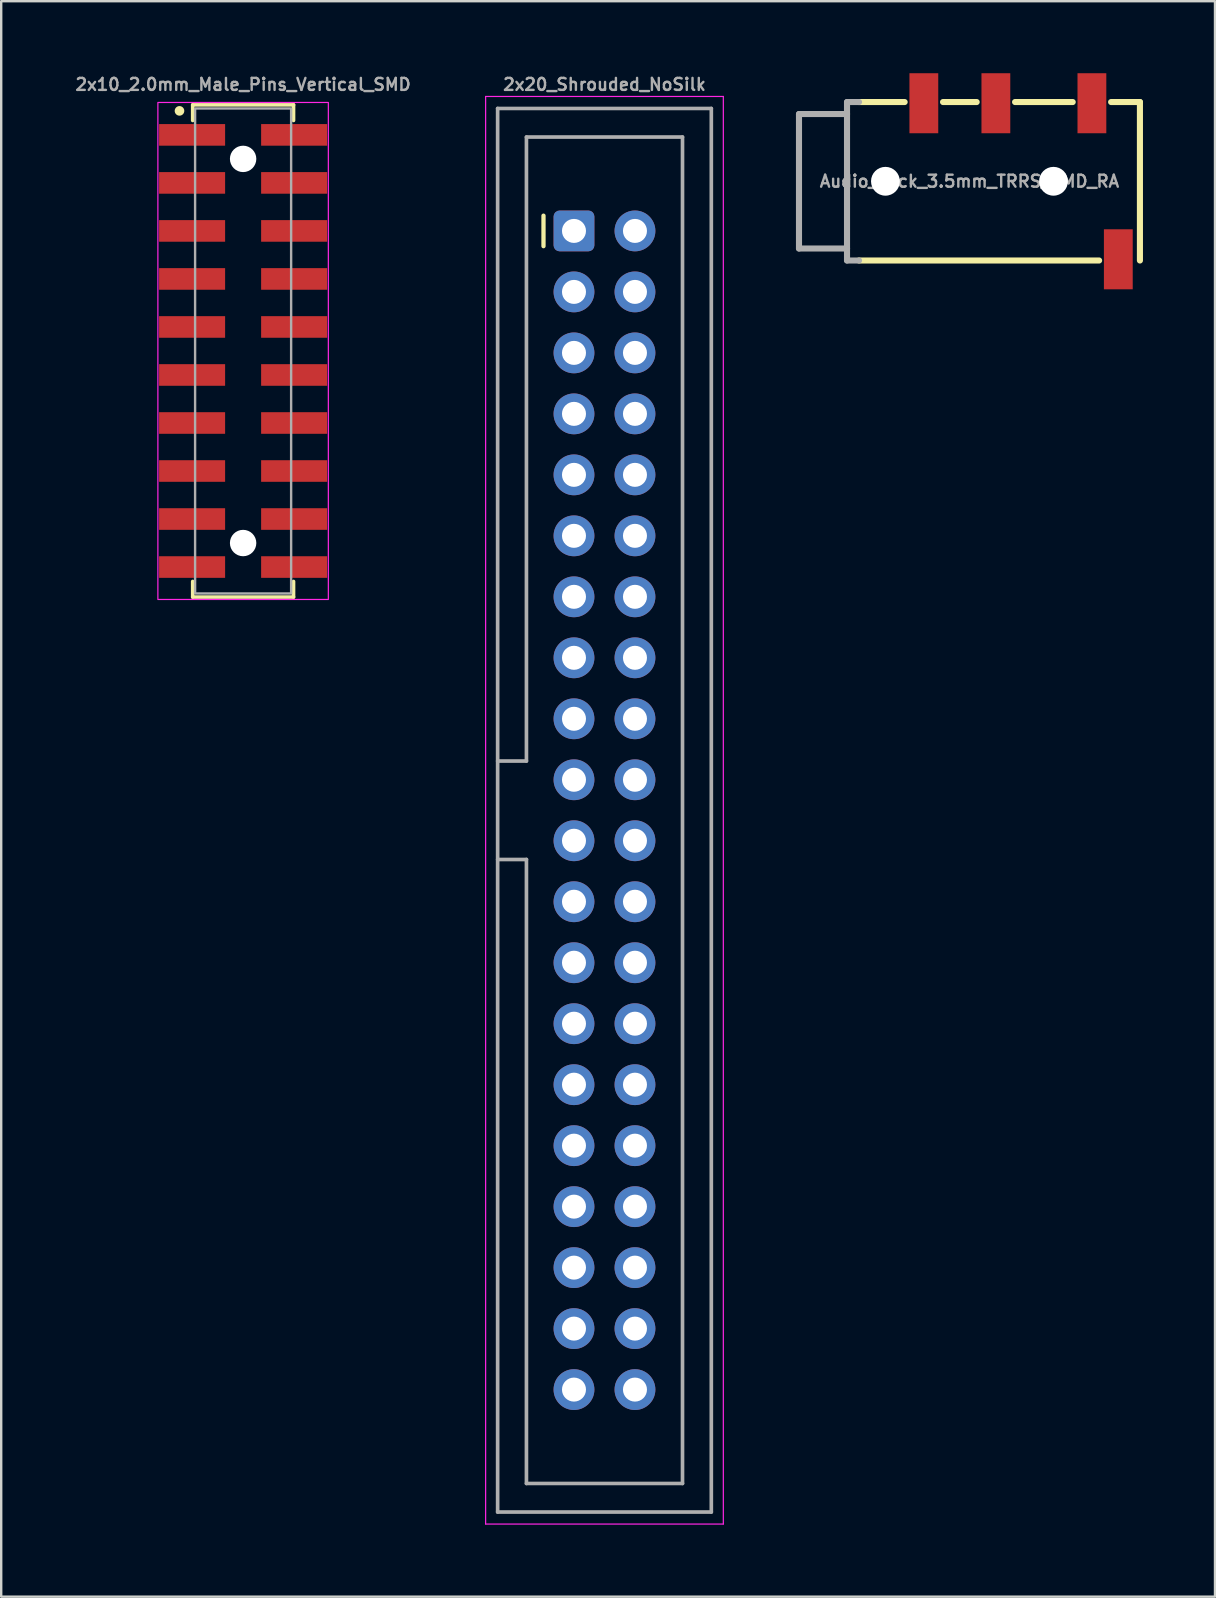
<source format=kicad_pcb>
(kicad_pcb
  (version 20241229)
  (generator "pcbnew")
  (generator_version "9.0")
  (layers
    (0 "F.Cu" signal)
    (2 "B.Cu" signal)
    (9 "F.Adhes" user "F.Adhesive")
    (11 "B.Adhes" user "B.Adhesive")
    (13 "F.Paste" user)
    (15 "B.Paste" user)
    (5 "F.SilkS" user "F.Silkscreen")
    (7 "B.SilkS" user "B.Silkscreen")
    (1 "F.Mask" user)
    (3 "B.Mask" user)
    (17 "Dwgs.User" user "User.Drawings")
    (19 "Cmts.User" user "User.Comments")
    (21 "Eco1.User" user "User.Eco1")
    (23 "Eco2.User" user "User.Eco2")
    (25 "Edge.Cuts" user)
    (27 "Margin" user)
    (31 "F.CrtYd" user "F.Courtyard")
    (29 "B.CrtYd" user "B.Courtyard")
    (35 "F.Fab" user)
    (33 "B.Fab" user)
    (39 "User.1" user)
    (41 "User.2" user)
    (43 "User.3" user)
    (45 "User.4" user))
  (footprint "2x20_Shrouded_NoSilk"
    (layer "F.Cu")
    (at 20.857 6.568)
    (property "Reference" "2x20_Shrouded_NoSilk" (at 1.27 -6.1 0) (layer "F.Fab") (effects (font (size 0.5 0.5) (thickness 0.1))))
    (attr through_hole)
    (fp_line (start -1.98 26.18) (end -1.98 26.18) (stroke (width 0.12) (type solid)) (layer "F.SilkS"))
    (fp_line (start -1.27 -0.635) (end -1.27 0.635) (stroke (width 0.178) (type solid)) (layer "F.SilkS"))
    (fp_line (start -3.68 -5.6) (end -3.68 53.86) (stroke (width 0.05) (type solid)) (layer "F.CrtYd"))
    (fp_line (start -3.68 53.86) (end 6.22 53.86) (stroke (width 0.05) (type solid)) (layer "F.CrtYd"))
    (fp_line (start 6.22 -5.6) (end -3.68 -5.6) (stroke (width 0.05) (type solid)) (layer "F.CrtYd"))
    (fp_line (start 6.22 53.86) (end 6.22 -5.6) (stroke (width 0.05) (type solid)) (layer "F.CrtYd"))
    (fp_line (start -3.18 -5.1) (end 5.72 -5.1) (stroke (width 0.152) (type solid)) (layer "F.Fab"))
    (fp_line (start -3.18 22.08) (end -1.98 22.08) (stroke (width 0.152) (type solid)) (layer "F.Fab"))
    (fp_line (start -3.18 53.36) (end -3.18 -5.1) (stroke (width 0.152) (type solid)) (layer "F.Fab"))
    (fp_line (start -1.98 -3.91) (end 4.52 -3.91) (stroke (width 0.152) (type solid)) (layer "F.Fab"))
    (fp_line (start -1.98 22.08) (end -1.98 -3.91) (stroke (width 0.152) (type solid)) (layer "F.Fab"))
    (fp_line (start -1.98 26.18) (end -3.18 26.18) (stroke (width 0.152) (type solid)) (layer "F.Fab"))
    (fp_line (start -1.98 26.18) (end -1.98 26.18) (stroke (width 0.1) (type solid)) (layer "F.Fab"))
    (fp_line (start -1.98 52.17) (end -1.98 26.18) (stroke (width 0.152) (type solid)) (layer "F.Fab"))
    (fp_line (start 4.52 -3.91) (end 4.52 52.17) (stroke (width 0.152) (type solid)) (layer "F.Fab"))
    (fp_line (start 4.52 52.17) (end -1.98 52.17) (stroke (width 0.152) (type solid)) (layer "F.Fab"))
    (fp_line (start 5.72 -5.1) (end 5.72 53.36) (stroke (width 0.152) (type solid)) (layer "F.Fab"))
    (fp_line (start 5.72 53.36) (end -3.18 53.36) (stroke (width 0.152) (type solid)) (layer "F.Fab"))
    (pad "1" thru_hole roundrect (at 0 0) (size 1.7 1.7) (drill 1) (layers "*.Cu" "*.Mask") (roundrect_rratio 0.147))
    (pad "2" thru_hole circle (at 2.54 0) (size 1.7 1.7) (drill 1) (layers "*.Cu" "*.Mask"))
    (pad "3" thru_hole circle (at 0 2.54) (size 1.7 1.7) (drill 1) (layers "*.Cu" "*.Mask"))
    (pad "4" thru_hole circle (at 2.54 2.54) (size 1.7 1.7) (drill 1) (layers "*.Cu" "*.Mask"))
    (pad "5" thru_hole circle (at 0 5.08) (size 1.7 1.7) (drill 1) (layers "*.Cu" "*.Mask"))
    (pad "6" thru_hole circle (at 2.54 5.08) (size 1.7 1.7) (drill 1) (layers "*.Cu" "*.Mask"))
    (pad "7" thru_hole circle (at 0 7.62) (size 1.7 1.7) (drill 1) (layers "*.Cu" "*.Mask"))
    (pad "8" thru_hole circle (at 2.54 7.62) (size 1.7 1.7) (drill 1) (layers "*.Cu" "*.Mask"))
    (pad "9" thru_hole circle (at 0 10.16) (size 1.7 1.7) (drill 1) (layers "*.Cu" "*.Mask"))
    (pad "10" thru_hole circle (at 2.54 10.16) (size 1.7 1.7) (drill 1) (layers "*.Cu" "*.Mask"))
    (pad "11" thru_hole circle (at 0 12.7) (size 1.7 1.7) (drill 1) (layers "*.Cu" "*.Mask"))
    (pad "12" thru_hole circle (at 2.54 12.7) (size 1.7 1.7) (drill 1) (layers "*.Cu" "*.Mask"))
    (pad "13" thru_hole circle (at 0 15.24) (size 1.7 1.7) (drill 1) (layers "*.Cu" "*.Mask"))
    (pad "14" thru_hole circle (at 2.54 15.24) (size 1.7 1.7) (drill 1) (layers "*.Cu" "*.Mask"))
    (pad "15" thru_hole circle (at 0 17.78) (size 1.7 1.7) (drill 1) (layers "*.Cu" "*.Mask"))
    (pad "16" thru_hole circle (at 2.54 17.78) (size 1.7 1.7) (drill 1) (layers "*.Cu" "*.Mask"))
    (pad "17" thru_hole circle (at 0 20.32) (size 1.7 1.7) (drill 1) (layers "*.Cu" "*.Mask"))
    (pad "18" thru_hole circle (at 2.54 20.32) (size 1.7 1.7) (drill 1) (layers "*.Cu" "*.Mask"))
    (pad "19" thru_hole circle (at 0 22.86) (size 1.7 1.7) (drill 1) (layers "*.Cu" "*.Mask"))
    (pad "20" thru_hole circle (at 2.54 22.86) (size 1.7 1.7) (drill 1) (layers "*.Cu" "*.Mask"))
    (pad "21" thru_hole circle (at 0 25.4) (size 1.7 1.7) (drill 1) (layers "*.Cu" "*.Mask"))
    (pad "22" thru_hole circle (at 2.54 25.4) (size 1.7 1.7) (drill 1) (layers "*.Cu" "*.Mask"))
    (pad "23" thru_hole circle (at 0 27.94) (size 1.7 1.7) (drill 1) (layers "*.Cu" "*.Mask"))
    (pad "24" thru_hole circle (at 2.54 27.94) (size 1.7 1.7) (drill 1) (layers "*.Cu" "*.Mask"))
    (pad "25" thru_hole circle (at 0 30.48) (size 1.7 1.7) (drill 1) (layers "*.Cu" "*.Mask"))
    (pad "26" thru_hole circle (at 2.54 30.48) (size 1.7 1.7) (drill 1) (layers "*.Cu" "*.Mask"))
    (pad "27" thru_hole circle (at 0 33.02) (size 1.7 1.7) (drill 1) (layers "*.Cu" "*.Mask"))
    (pad "28" thru_hole circle (at 2.54 33.02) (size 1.7 1.7) (drill 1) (layers "*.Cu" "*.Mask"))
    (pad "29" thru_hole circle (at 0 35.56) (size 1.7 1.7) (drill 1) (layers "*.Cu" "*.Mask"))
    (pad "30" thru_hole circle (at 2.54 35.56) (size 1.7 1.7) (drill 1) (layers "*.Cu" "*.Mask"))
    (pad "31" thru_hole circle (at 0 38.1) (size 1.7 1.7) (drill 1) (layers "*.Cu" "*.Mask"))
    (pad "32" thru_hole circle (at 2.54 38.1) (size 1.7 1.7) (drill 1) (layers "*.Cu" "*.Mask"))
    (pad "33" thru_hole circle (at 0 40.64) (size 1.7 1.7) (drill 1) (layers "*.Cu" "*.Mask"))
    (pad "34" thru_hole circle (at 2.54 40.64) (size 1.7 1.7) (drill 1) (layers "*.Cu" "*.Mask"))
    (pad "35" thru_hole circle (at 0 43.18) (size 1.7 1.7) (drill 1) (layers "*.Cu" "*.Mask"))
    (pad "36" thru_hole circle (at 2.54 43.18) (size 1.7 1.7) (drill 1) (layers "*.Cu" "*.Mask"))
    (pad "37" thru_hole circle (at 0 45.72) (size 1.7 1.7) (drill 1) (layers "*.Cu" "*.Mask"))
    (pad "38" thru_hole circle (at 2.54 45.72) (size 1.7 1.7) (drill 1) (layers "*.Cu" "*.Mask"))
    (pad "39" thru_hole circle (at 0 48.26) (size 1.7 1.7) (drill 1) (layers "*.Cu" "*.Mask"))
    (pad "40" thru_hole circle (at 2.54 48.26) (size 1.7 1.7) (drill 1) (layers "*.Cu" "*.Mask")))
  (footprint "2x10_2.0mm_Male_Pins_Vertical_SMD"
    (layer "F.Cu")
    (at 7.076 11.568)
    (property "Reference" "2x10_2.0mm_Male_Pins_Vertical_SMD" (at 0 -11.1 0) (unlocked yes) (layer "F.Fab") (effects (font (size 0.5 0.5) (thickness 0.1))))
    (attr smd)
    (fp_line (start -2.1 -10.25) (end 2.1 -10.25) (stroke (width 0.15) (type default)) (layer "F.SilkS"))
    (fp_line (start -2.1 -9.6) (end -2.1 -10.25) (stroke (width 0.15) (type default)) (layer "F.SilkS"))
    (fp_line (start -2.1 10.25) (end -2.1 9.6) (stroke (width 0.15) (type default)) (layer "F.SilkS"))
    (fp_line (start 2.1 -10.25) (end 2.1 -9.6) (stroke (width 0.15) (type default)) (layer "F.SilkS"))
    (fp_line (start 2.1 9.6) (end 2.1 10.25) (stroke (width 0.15) (type default)) (layer "F.SilkS"))
    (fp_line (start 2.1 10.25) (end -2.1 10.25) (stroke (width 0.15) (type default)) (layer "F.SilkS"))
    (fp_circle (center -2.65 -10) (end -2.55 -10) (stroke (width 0.2) (type solid)) (fill yes) (layer "F.SilkS"))
    (fp_rect (start -3.55 -10.35) (end 3.55 10.35) (stroke (width 0.05) (type default)) (fill no) (layer "F.CrtYd"))
    (fp_rect (start -2 -10.1) (end 2 10.1) (stroke (width 0.1) (type default)) (fill no) (layer "F.Fab"))
    (pad "" np_thru_hole circle (at 0 -8) (size 1.1 1.1) (drill 1.1) (layers "*.Cu" "*.Mask"))
    (pad "" np_thru_hole circle (at 0 8) (size 1.1 1.1) (drill 1.1) (layers "*.Cu" "*.Mask"))
    (pad "1" smd rect (at -2.125 -9) (size 2.75 0.9) (layers "F.Cu" "F.Mask" "F.Paste"))
    (pad "2" smd rect (at 2.125 -9) (size 2.75 0.9) (layers "F.Cu" "F.Mask" "F.Paste"))
    (pad "3" smd rect (at -2.125 -7) (size 2.75 0.9) (layers "F.Cu" "F.Mask" "F.Paste"))
    (pad "4" smd rect (at 2.125 -7) (size 2.75 0.9) (layers "F.Cu" "F.Mask" "F.Paste"))
    (pad "5" smd rect (at -2.125 -5) (size 2.75 0.9) (layers "F.Cu" "F.Mask" "F.Paste"))
    (pad "6" smd rect (at 2.125 -5) (size 2.75 0.9) (layers "F.Cu" "F.Mask" "F.Paste"))
    (pad "7" smd rect (at -2.125 -3) (size 2.75 0.9) (layers "F.Cu" "F.Mask" "F.Paste"))
    (pad "8" smd rect (at 2.125 -3) (size 2.75 0.9) (layers "F.Cu" "F.Mask" "F.Paste"))
    (pad "9" smd rect (at -2.125 -1) (size 2.75 0.9) (layers "F.Cu" "F.Mask" "F.Paste"))
    (pad "10" smd rect (at 2.125 -1) (size 2.75 0.9) (layers "F.Cu" "F.Mask" "F.Paste"))
    (pad "11" smd rect (at -2.125 1) (size 2.75 0.9) (layers "F.Cu" "F.Mask" "F.Paste"))
    (pad "12" smd rect (at 2.125 1) (size 2.75 0.9) (layers "F.Cu" "F.Mask" "F.Paste"))
    (pad "13" smd rect (at -2.125 3) (size 2.75 0.9) (layers "F.Cu" "F.Mask" "F.Paste"))
    (pad "14" smd rect (at 2.125 3) (size 2.75 0.9) (layers "F.Cu" "F.Mask" "F.Paste"))
    (pad "15" smd rect (at -2.125 5) (size 2.75 0.9) (layers "F.Cu" "F.Mask" "F.Paste"))
    (pad "16" smd rect (at 2.125 5) (size 2.75 0.9) (layers "F.Cu" "F.Mask" "F.Paste"))
    (pad "17" smd rect (at -2.125 7) (size 2.75 0.9) (layers "F.Cu" "F.Mask" "F.Paste"))
    (pad "18" smd rect (at 2.125 7) (size 2.75 0.9) (layers "F.Cu" "F.Mask" "F.Paste"))
    (pad "19" smd rect (at -2.125 9) (size 2.75 0.9) (layers "F.Cu" "F.Mask" "F.Paste"))
    (pad "20" smd rect (at 2.125 9) (size 2.75 0.9) (layers "F.Cu" "F.Mask" "F.Paste")))
  (footprint "Audio_Jack_3.5mm_TRRS_SMD_RA"
    (layer "F.Cu")
    (at 37.329 4.5)
    (property "Reference" "Audio_Jack_3.5mm_TRRS_SMD_RA" (at 0 0 0) (layer "F.Fab") (effects (font (size 0.5 0.5) (thickness 0.1))))
    (attr smd)
    (fp_line (start -4.6 -3.3) (end -2.7 -3.3) (stroke (width 0.254) (type solid)) (layer "F.SilkS"))
    (fp_line (start -4.6 3.3) (end 5.4 3.3) (stroke (width 0.254) (type solid)) (layer "F.SilkS"))
    (fp_line (start -1.1 -3.3) (end 0.3 -3.3) (stroke (width 0.254) (type solid)) (layer "F.SilkS"))
    (fp_line (start 1.9 -3.3) (end 4.3 -3.3) (stroke (width 0.254) (type solid)) (layer "F.SilkS"))
    (fp_line (start 7.1 -3.3) (end 5.9 -3.3) (stroke (width 0.254) (type solid)) (layer "F.SilkS"))
    (fp_line (start 7.1 -3.3) (end 7.1 3.3) (stroke (width 0.254) (type solid)) (layer "F.SilkS"))
    (fp_line (start -7.1 -2.8) (end -7.1 2.8) (stroke (width 0.254) (type solid)) (layer "F.Fab"))
    (fp_line (start -7.1 2.8) (end -5.1 2.8) (stroke (width 0.254) (type solid)) (layer "F.Fab"))
    (fp_line (start -5.1 -3.3) (end -5.1 -2.8) (stroke (width 0.254) (type solid)) (layer "F.Fab"))
    (fp_line (start -5.1 -2.8) (end -7.1 -2.8) (stroke (width 0.254) (type solid)) (layer "F.Fab"))
    (fp_line (start -5.1 -2.8) (end -5.1 2.8) (stroke (width 0.254) (type solid)) (layer "F.Fab"))
    (fp_line (start -5.1 2.8) (end -5.1 3.3) (stroke (width 0.254) (type solid)) (layer "F.Fab"))
    (fp_line (start -5.1 3.3) (end -4.6 3.3) (stroke (width 0.254) (type solid)) (layer "F.Fab"))
    (fp_line (start -4.6 -3.3) (end -5.1 -3.3) (stroke (width 0.254) (type solid)) (layer "F.Fab"))
    (pad "" np_thru_hole circle (at -3.5 0) (size 1.2 1.2) (drill 1.2) (layers "*.Cu" "*.Mask"))
    (pad "" np_thru_hole circle (at 3.5 0) (size 1.2 1.2) (drill 1.2) (layers "*.Cu" "*.Mask"))
    (pad "R1" smd rect (at 1.1 -3.25) (size 1.2 2.5) (layers "F.Cu" "F.Mask" "F.Paste"))
    (pad "R2" smd rect (at -1.9 -3.25 180) (size 1.2 2.5) (layers "F.Cu" "F.Mask" "F.Paste"))
    (pad "S" smd rect (at 6.2 3.25) (size 1.2 2.5) (layers "F.Cu" "F.Mask" "F.Paste"))
    (pad "T" smd rect (at 5.1 -3.25) (size 1.2 2.5) (layers "F.Cu" "F.Mask" "F.Paste")))
  (gr_rect
    (start -3 -3)
    (end 47.556 63.453)
    (stroke (width 0.1) (type default))
    (fill no)
    (layer "Edge.Cuts")))
</source>
